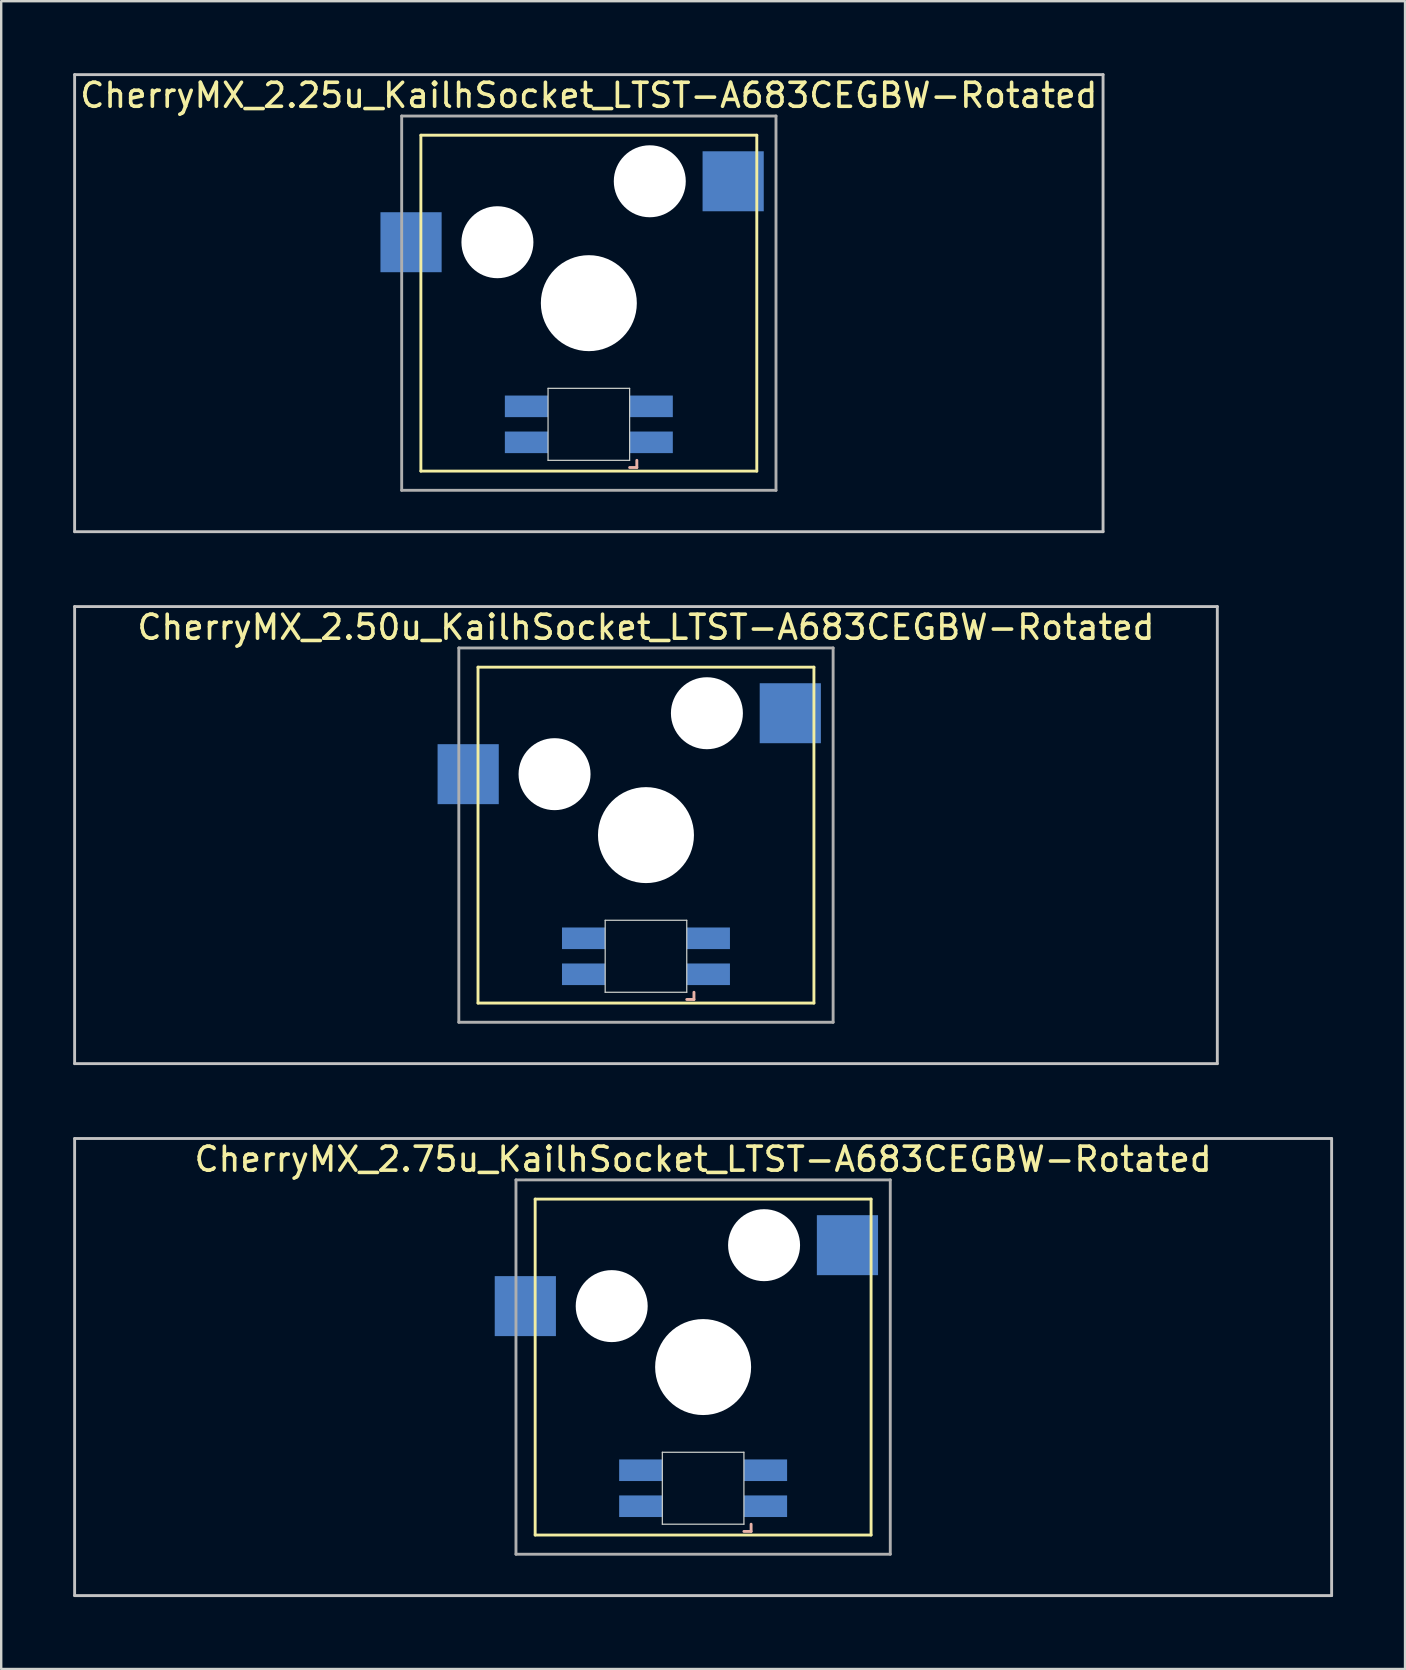
<source format=kicad_pcb>
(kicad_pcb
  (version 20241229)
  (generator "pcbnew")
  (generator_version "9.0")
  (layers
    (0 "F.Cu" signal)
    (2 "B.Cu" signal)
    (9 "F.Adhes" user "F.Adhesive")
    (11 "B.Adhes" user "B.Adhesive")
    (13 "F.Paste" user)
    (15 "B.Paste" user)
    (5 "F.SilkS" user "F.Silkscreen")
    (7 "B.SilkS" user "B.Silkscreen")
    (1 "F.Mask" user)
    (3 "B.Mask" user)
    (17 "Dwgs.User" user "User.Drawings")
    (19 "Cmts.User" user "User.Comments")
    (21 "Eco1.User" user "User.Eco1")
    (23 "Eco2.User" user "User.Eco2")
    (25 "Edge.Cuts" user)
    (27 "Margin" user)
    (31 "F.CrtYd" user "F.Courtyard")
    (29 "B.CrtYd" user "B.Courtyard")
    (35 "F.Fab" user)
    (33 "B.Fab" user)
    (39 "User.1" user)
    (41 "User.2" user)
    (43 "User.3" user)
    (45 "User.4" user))
  (footprint "CherryMX_2.75u_KailhSocket_LTST-A683CEGBW-Rotated"
    (layer "F.Cu")
    (at 26.254 53.925)
    (property "Reference" "CherryMX_2.75u_KailhSocket_LTST-A683CEGBW-Rotated" (at 0 -8.662 0) (layer "F.SilkS") (effects (font (size 1 1) (thickness 0.15))))
    (attr through_hole)
    (fp_line (start -7 -7) (end -7 7) (stroke (width 0.12) (type solid)) (layer "F.SilkS"))
    (fp_line (start -7 -7) (end 7 -7) (stroke (width 0.12) (type solid)) (layer "F.SilkS"))
    (fp_line (start 7 -7) (end 7 7) (stroke (width 0.12) (type solid)) (layer "F.SilkS"))
    (fp_line (start 7 7) (end -7 7) (stroke (width 0.12) (type solid)) (layer "F.SilkS"))
    (fp_line (start 1.7 6.85) (end 2 6.85) (stroke (width 0.12) (type solid)) (layer "B.SilkS"))
    (fp_line (start 2 6.85) (end 2 6.55) (stroke (width 0.12) (type solid)) (layer "B.SilkS"))
    (fp_line (start -26.194 -9.525) (end 26.194 -9.525) (stroke (width 0.12) (type solid)) (layer "Dwgs.User"))
    (fp_line (start -26.194 9.525) (end -26.194 -9.525) (stroke (width 0.12) (type solid)) (layer "Dwgs.User"))
    (fp_line (start 26.194 -9.525) (end 26.194 9.525) (stroke (width 0.12) (type solid)) (layer "Dwgs.User"))
    (fp_line (start 26.194 9.525) (end -26.194 9.525) (stroke (width 0.12) (type solid)) (layer "Dwgs.User"))
    (fp_line (start -1.7 3.55) (end 1.7 3.55) (stroke (width 0.05) (type solid)) (layer "Edge.Cuts"))
    (fp_line (start -1.7 6.55) (end -1.7 3.55) (stroke (width 0.05) (type solid)) (layer "Edge.Cuts"))
    (fp_line (start 1.7 3.55) (end 1.7 6.55) (stroke (width 0.05) (type solid)) (layer "Edge.Cuts"))
    (fp_line (start 1.7 6.55) (end -1.7 6.55) (stroke (width 0.05) (type solid)) (layer "Edge.Cuts"))
    (fp_line (start -7.8 -7.8) (end -7.8 7.8) (stroke (width 0.12) (type solid)) (layer "F.Fab"))
    (fp_line (start -7.8 -7.8) (end 7.8 -7.8) (stroke (width 0.12) (type solid)) (layer "F.Fab"))
    (fp_line (start -7.8 7.8) (end 7.8 7.8) (stroke (width 0.12) (type solid)) (layer "F.Fab"))
    (fp_line (start 7.8 -7.8) (end 7.8 7.8) (stroke (width 0.12) (type solid)) (layer "F.Fab"))
    (pad "" np_thru_hole circle (at -3.81 -2.54) (size 3 3) (drill 3) (layers "*.Cu" "*.Mask"))
    (pad "" np_thru_hole circle (at 0 0) (size 4 4) (drill 4) (layers "*.Cu" "*.Mask"))
    (pad "" np_thru_hole circle (at 2.54 -5.08) (size 3 3) (drill 3) (layers "*.Cu" "*.Mask"))
    (pad "1" smd rect (at -7.41 -2.54) (size 2.55 2.5) (layers "B.Cu" "B.Mask" "B.Paste"))
    (pad "2" smd rect (at 6.015 -5.08) (size 2.55 2.5) (layers "B.Cu" "B.Mask" "B.Paste"))
    (pad "3" smd rect (at 2.6 5.8) (size 1.8 0.9) (layers "B.Cu" "B.Mask" "B.Paste"))
    (pad "4" smd rect (at 2.6 4.3) (size 1.8 0.9) (layers "B.Cu" "B.Mask" "B.Paste"))
    (pad "5" smd rect (at -2.6 5.8) (size 1.8 0.9) (layers "B.Cu" "B.Mask" "B.Paste"))
    (pad "6" smd rect (at -2.6 4.3) (size 1.8 0.9) (layers "B.Cu" "B.Mask" "B.Paste")))
  (footprint "CherryMX_2.50u_KailhSocket_LTST-A683CEGBW-Rotated"
    (layer "F.Cu")
    (at 23.872 31.755)
    (property "Reference" "CherryMX_2.50u_KailhSocket_LTST-A683CEGBW-Rotated" (at 0 -8.662 0) (layer "F.SilkS") (effects (font (size 1 1) (thickness 0.15))))
    (attr through_hole)
    (fp_line (start -7 -7) (end -7 7) (stroke (width 0.12) (type solid)) (layer "F.SilkS"))
    (fp_line (start -7 -7) (end 7 -7) (stroke (width 0.12) (type solid)) (layer "F.SilkS"))
    (fp_line (start 7 -7) (end 7 7) (stroke (width 0.12) (type solid)) (layer "F.SilkS"))
    (fp_line (start 7 7) (end -7 7) (stroke (width 0.12) (type solid)) (layer "F.SilkS"))
    (fp_line (start 1.7 6.85) (end 2 6.85) (stroke (width 0.12) (type solid)) (layer "B.SilkS"))
    (fp_line (start 2 6.85) (end 2 6.55) (stroke (width 0.12) (type solid)) (layer "B.SilkS"))
    (fp_line (start -23.812 -9.525) (end 23.812 -9.525) (stroke (width 0.12) (type solid)) (layer "Dwgs.User"))
    (fp_line (start -23.812 9.525) (end -23.812 -9.525) (stroke (width 0.12) (type solid)) (layer "Dwgs.User"))
    (fp_line (start 23.812 -9.525) (end 23.812 9.525) (stroke (width 0.12) (type solid)) (layer "Dwgs.User"))
    (fp_line (start 23.812 9.525) (end -23.812 9.525) (stroke (width 0.12) (type solid)) (layer "Dwgs.User"))
    (fp_line (start -1.7 3.55) (end 1.7 3.55) (stroke (width 0.05) (type solid)) (layer "Edge.Cuts"))
    (fp_line (start -1.7 6.55) (end -1.7 3.55) (stroke (width 0.05) (type solid)) (layer "Edge.Cuts"))
    (fp_line (start 1.7 3.55) (end 1.7 6.55) (stroke (width 0.05) (type solid)) (layer "Edge.Cuts"))
    (fp_line (start 1.7 6.55) (end -1.7 6.55) (stroke (width 0.05) (type solid)) (layer "Edge.Cuts"))
    (fp_line (start -7.8 -7.8) (end -7.8 7.8) (stroke (width 0.12) (type solid)) (layer "F.Fab"))
    (fp_line (start -7.8 -7.8) (end 7.8 -7.8) (stroke (width 0.12) (type solid)) (layer "F.Fab"))
    (fp_line (start -7.8 7.8) (end 7.8 7.8) (stroke (width 0.12) (type solid)) (layer "F.Fab"))
    (fp_line (start 7.8 -7.8) (end 7.8 7.8) (stroke (width 0.12) (type solid)) (layer "F.Fab"))
    (pad "" np_thru_hole circle (at -3.81 -2.54) (size 3 3) (drill 3) (layers "*.Cu" "*.Mask"))
    (pad "" np_thru_hole circle (at 0 0) (size 4 4) (drill 4) (layers "*.Cu" "*.Mask"))
    (pad "" np_thru_hole circle (at 2.54 -5.08) (size 3 3) (drill 3) (layers "*.Cu" "*.Mask"))
    (pad "1" smd rect (at -7.41 -2.54) (size 2.55 2.5) (layers "B.Cu" "B.Mask" "B.Paste"))
    (pad "2" smd rect (at 6.015 -5.08) (size 2.55 2.5) (layers "B.Cu" "B.Mask" "B.Paste"))
    (pad "3" smd rect (at 2.6 5.8) (size 1.8 0.9) (layers "B.Cu" "B.Mask" "B.Paste"))
    (pad "4" smd rect (at 2.6 4.3) (size 1.8 0.9) (layers "B.Cu" "B.Mask" "B.Paste"))
    (pad "5" smd rect (at -2.6 5.8) (size 1.8 0.9) (layers "B.Cu" "B.Mask" "B.Paste"))
    (pad "6" smd rect (at -2.6 4.3) (size 1.8 0.9) (layers "B.Cu" "B.Mask" "B.Paste")))
  (footprint "CherryMX_2.25u_KailhSocket_LTST-A683CEGBW-Rotated"
    (layer "F.Cu")
    (at 21.491 9.585)
    (property "Reference" "CherryMX_2.25u_KailhSocket_LTST-A683CEGBW-Rotated" (at 0 -8.662 0) (layer "F.SilkS") (effects (font (size 1 1) (thickness 0.15))))
    (attr through_hole)
    (fp_line (start -7 -7) (end -7 7) (stroke (width 0.12) (type solid)) (layer "F.SilkS"))
    (fp_line (start -7 -7) (end 7 -7) (stroke (width 0.12) (type solid)) (layer "F.SilkS"))
    (fp_line (start 7 -7) (end 7 7) (stroke (width 0.12) (type solid)) (layer "F.SilkS"))
    (fp_line (start 7 7) (end -7 7) (stroke (width 0.12) (type solid)) (layer "F.SilkS"))
    (fp_line (start 1.7 6.85) (end 2 6.85) (stroke (width 0.12) (type solid)) (layer "B.SilkS"))
    (fp_line (start 2 6.85) (end 2 6.55) (stroke (width 0.12) (type solid)) (layer "B.SilkS"))
    (fp_line (start -21.431 -9.525) (end 21.431 -9.525) (stroke (width 0.12) (type solid)) (layer "Dwgs.User"))
    (fp_line (start -21.431 9.525) (end -21.431 -9.525) (stroke (width 0.12) (type solid)) (layer "Dwgs.User"))
    (fp_line (start 21.431 -9.525) (end 21.431 9.525) (stroke (width 0.12) (type solid)) (layer "Dwgs.User"))
    (fp_line (start 21.431 9.525) (end -21.431 9.525) (stroke (width 0.12) (type solid)) (layer "Dwgs.User"))
    (fp_line (start -1.7 3.55) (end 1.7 3.55) (stroke (width 0.05) (type solid)) (layer "Edge.Cuts"))
    (fp_line (start -1.7 6.55) (end -1.7 3.55) (stroke (width 0.05) (type solid)) (layer "Edge.Cuts"))
    (fp_line (start 1.7 3.55) (end 1.7 6.55) (stroke (width 0.05) (type solid)) (layer "Edge.Cuts"))
    (fp_line (start 1.7 6.55) (end -1.7 6.55) (stroke (width 0.05) (type solid)) (layer "Edge.Cuts"))
    (fp_line (start -7.8 -7.8) (end -7.8 7.8) (stroke (width 0.12) (type solid)) (layer "F.Fab"))
    (fp_line (start -7.8 -7.8) (end 7.8 -7.8) (stroke (width 0.12) (type solid)) (layer "F.Fab"))
    (fp_line (start -7.8 7.8) (end 7.8 7.8) (stroke (width 0.12) (type solid)) (layer "F.Fab"))
    (fp_line (start 7.8 -7.8) (end 7.8 7.8) (stroke (width 0.12) (type solid)) (layer "F.Fab"))
    (pad "" np_thru_hole circle (at -3.81 -2.54) (size 3 3) (drill 3) (layers "*.Cu" "*.Mask"))
    (pad "" np_thru_hole circle (at 0 0) (size 4 4) (drill 4) (layers "*.Cu" "*.Mask"))
    (pad "" np_thru_hole circle (at 2.54 -5.08) (size 3 3) (drill 3) (layers "*.Cu" "*.Mask"))
    (pad "1" smd rect (at -7.41 -2.54) (size 2.55 2.5) (layers "B.Cu" "B.Mask" "B.Paste"))
    (pad "2" smd rect (at 6.015 -5.08) (size 2.55 2.5) (layers "B.Cu" "B.Mask" "B.Paste"))
    (pad "3" smd rect (at 2.6 5.8) (size 1.8 0.9) (layers "B.Cu" "B.Mask" "B.Paste"))
    (pad "4" smd rect (at 2.6 4.3) (size 1.8 0.9) (layers "B.Cu" "B.Mask" "B.Paste"))
    (pad "5" smd rect (at -2.6 5.8) (size 1.8 0.9) (layers "B.Cu" "B.Mask" "B.Paste"))
    (pad "6" smd rect (at -2.6 4.3) (size 1.8 0.9) (layers "B.Cu" "B.Mask" "B.Paste")))
  (gr_rect
    (start -3 -3)
    (end 55.508 66.51)
    (stroke (width 0.1) (type default))
    (fill no)
    (layer "Edge.Cuts")))
</source>
